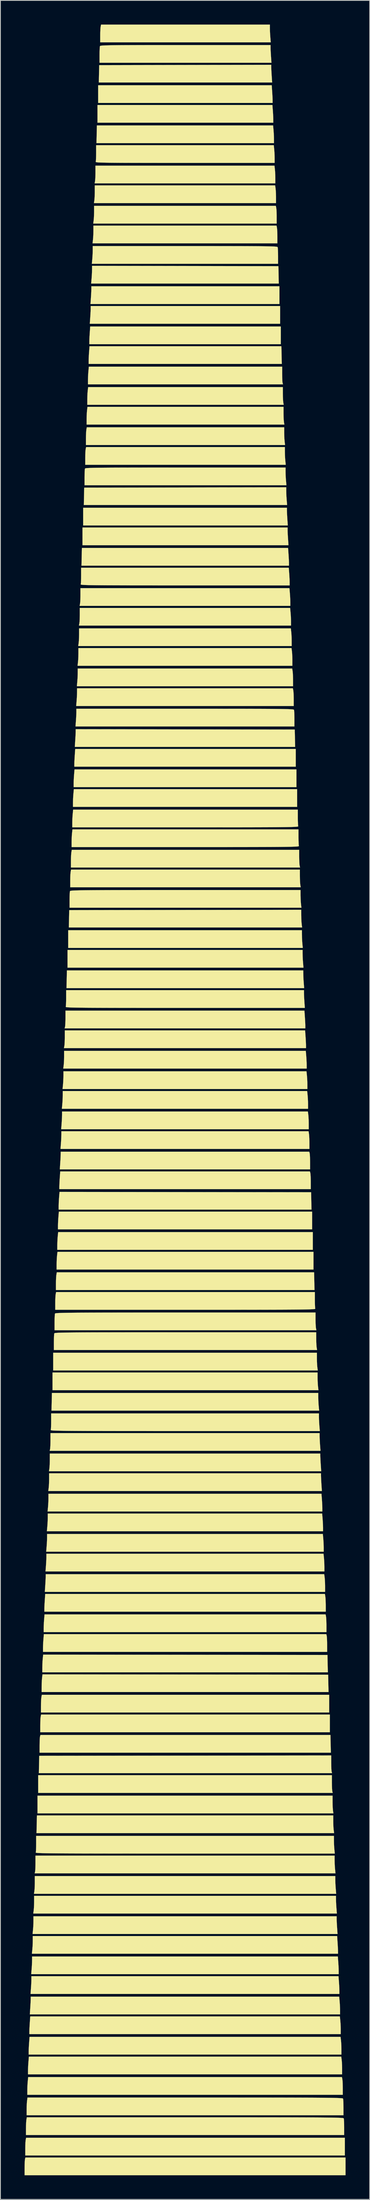
<source format=kicad_pcb>
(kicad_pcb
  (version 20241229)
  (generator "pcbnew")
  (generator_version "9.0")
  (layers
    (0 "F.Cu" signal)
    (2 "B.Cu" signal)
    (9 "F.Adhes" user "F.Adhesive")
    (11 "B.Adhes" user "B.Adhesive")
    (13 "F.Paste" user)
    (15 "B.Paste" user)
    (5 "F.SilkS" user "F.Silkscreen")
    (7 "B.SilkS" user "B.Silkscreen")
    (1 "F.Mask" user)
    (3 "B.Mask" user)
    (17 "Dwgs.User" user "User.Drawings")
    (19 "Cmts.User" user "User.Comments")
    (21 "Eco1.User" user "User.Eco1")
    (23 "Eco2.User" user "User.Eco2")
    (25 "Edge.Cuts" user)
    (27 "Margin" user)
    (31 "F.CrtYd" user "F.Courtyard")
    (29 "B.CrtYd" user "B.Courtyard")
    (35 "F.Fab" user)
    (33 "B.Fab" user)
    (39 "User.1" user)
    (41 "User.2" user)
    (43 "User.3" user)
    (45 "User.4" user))
  (footprint "electrode"
    (layer "F.Cu")
    (at 19.986 133.609)
    (property "Reference" "electrode" (at 0 0 0) (layer "F.SilkS") (effects (font (size 1.524 1.524) (thickness 0.3))))
    (attr through_hole)
    (fp_poly (pts (xy 13.801 -38.862) (xy -13.885 -38.862) (xy -13.885 -39.315) (xy -13.878 -39.637) (xy -13.858 -40.038) (xy -13.831 -40.416) (xy -13.776 -41.063) (xy 13.801 -41.063) (xy 13.801 -38.862)) (stroke (width 0.01) (type solid)) (fill yes) (layer "F.SilkS"))
    (fp_poly (pts (xy 13.885 -36.407) (xy -13.97 -36.407) (xy -13.969 -36.936) (xy -13.96 -37.324) (xy -13.937 -37.762) (xy -13.915 -38.036) (xy -13.861 -38.608) (xy 13.885 -38.608) (xy 13.885 -36.407)) (stroke (width 0.01) (type solid)) (fill yes) (layer "F.SilkS"))
    (fp_poly (pts (xy 14.479 -20.553) (xy 14.488 -20.165) (xy 14.511 -19.726) (xy 14.533 -19.452) (xy 14.587 -18.881) (xy -14.563 -18.881) (xy -14.563 -21.082) (xy 14.478 -21.082) (xy 14.479 -20.553)) (stroke (width 0.01) (type solid)) (fill yes) (layer "F.SilkS"))
    (fp_poly (pts (xy 14.563 -18.174) (xy 14.57 -17.852) (xy 14.59 -17.451) (xy 14.617 -17.073) (xy 14.672 -16.425) (xy -14.647 -16.425) (xy -14.647 -18.627) (xy 14.563 -18.627) (xy 14.563 -18.174)) (stroke (width 0.01) (type solid)) (fill yes) (layer "F.SilkS"))
    (fp_poly (pts (xy 15.748 16.087) (xy -15.833 16.087) (xy -15.833 15.634) (xy -15.825 15.312) (xy -15.805 14.911) (xy -15.778 14.533) (xy -15.723 13.885) (xy 15.748 13.885) (xy 15.748 16.087)) (stroke (width 0.01) (type solid)) (fill yes) (layer "F.SilkS"))
    (fp_poly (pts (xy 15.833 18.627) (xy -15.917 18.627) (xy -15.917 18.046) (xy -15.908 17.642) (xy -15.885 17.211) (xy -15.863 16.946) (xy -15.809 16.425) (xy 15.833 16.425) (xy 15.833 18.627)) (stroke (width 0.01) (type solid)) (fill yes) (layer "F.SilkS"))
    (fp_poly (pts (xy 15.917 21.082) (xy -16.002 21.082) (xy -16.001 20.426) (xy -15.993 20.032) (xy -15.974 19.634) (xy -15.947 19.325) (xy -15.894 18.881) (xy 15.917 18.881) (xy 15.917 21.082)) (stroke (width 0.01) (type solid)) (fill yes) (layer "F.SilkS"))
    (fp_poly (pts (xy 16.426 34.523) (xy 16.434 34.917) (xy 16.453 35.314) (xy 16.48 35.623) (xy 16.534 36.068) (xy -16.51 36.068) (xy -16.51 33.867) (xy 16.425 33.867) (xy 16.426 34.523)) (stroke (width 0.01) (type solid)) (fill yes) (layer "F.SilkS"))
    (fp_poly (pts (xy -0.009 71.395) (xy 17.738 71.416) (xy 17.785 73.575) (xy -17.865 73.575) (xy -17.864 72.919) (xy -17.856 72.525) (xy -17.836 72.128) (xy -17.81 71.818) (xy -17.756 71.374) (xy -0.009 71.395)) (stroke (width 0.01) (type solid)) (fill yes) (layer "F.SilkS"))
    (fp_poly (pts (xy 10.782 -125.294) (xy 10.807 -124.904) (xy 10.827 -124.539) (xy 10.837 -124.259) (xy 10.837 -124.193) (xy 10.837 -123.867) (xy -10.837 -123.867) (xy -10.837 -126.069) (xy 10.727 -126.069) (xy 10.782 -125.294)) (stroke (width 0.01) (type solid)) (fill yes) (layer "F.SilkS"))
    (fp_poly (pts (xy 10.867 -122.915) (xy 10.893 -122.524) (xy 10.913 -122.141) (xy 10.921 -121.841) (xy 10.921 -121.814) (xy 10.922 -121.412) (xy -10.922 -121.412) (xy -10.922 -123.613) (xy 10.812 -123.613) (xy 10.867 -122.915)) (stroke (width 0.01) (type solid)) (fill yes) (layer "F.SilkS"))
    (fp_poly (pts (xy 11.684 -98.891) (xy -11.794 -98.891) (xy -11.739 -99.666) (xy -11.714 -100.055) (xy -11.695 -100.421) (xy -11.685 -100.7) (xy -11.684 -100.766) (xy -11.684 -101.092) (xy 11.684 -101.092) (xy 11.684 -98.891)) (stroke (width 0.01) (type solid)) (fill yes) (layer "F.SilkS"))
    (fp_poly (pts (xy 11.769 -96.435) (xy -11.879 -96.435) (xy -11.824 -97.21) (xy -11.799 -97.6) (xy -11.779 -97.965) (xy -11.769 -98.245) (xy -11.769 -98.311) (xy -11.769 -98.637) (xy 11.769 -98.637) (xy 11.769 -96.435)) (stroke (width 0.01) (type solid)) (fill yes) (layer "F.SilkS"))
    (fp_poly (pts (xy 11.853 -93.895) (xy -11.938 -93.895) (xy -11.938 -94.221) (xy -11.932 -94.455) (xy -11.916 -94.797) (xy -11.892 -95.185) (xy -11.883 -95.322) (xy -11.828 -96.097) (xy 11.853 -96.097) (xy 11.853 -93.895)) (stroke (width 0.01) (type solid)) (fill yes) (layer "F.SilkS"))
    (fp_poly (pts (xy 12.531 -75.663) (xy 12.538 -75.341) (xy 12.558 -74.939) (xy 12.585 -74.562) (xy 12.64 -73.914) (xy -12.62 -73.914) (xy -12.573 -76.073) (xy -0.021 -76.094) (xy 12.531 -76.116) (xy 12.531 -75.663)) (stroke (width 0.01) (type solid)) (fill yes) (layer "F.SilkS"))
    (fp_poly (pts (xy 12.615 -73.25) (xy 12.621 -73.015) (xy 12.638 -72.673) (xy 12.661 -72.285) (xy 12.67 -72.149) (xy 12.725 -71.374) (xy -12.7 -71.374) (xy -12.7 -73.575) (xy 12.615 -73.575) (xy 12.615 -73.25)) (stroke (width 0.01) (type solid)) (fill yes) (layer "F.SilkS"))
    (fp_poly (pts (xy 12.7 -70.794) (xy 12.706 -70.56) (xy 12.722 -70.218) (xy 12.746 -69.83) (xy 12.755 -69.694) (xy 12.81 -68.919) (xy -12.785 -68.919) (xy -12.785 -71.12) (xy 12.7 -71.12) (xy 12.7 -70.794)) (stroke (width 0.01) (type solid)) (fill yes) (layer "F.SilkS"))
    (fp_poly (pts (xy 13.716 -41.402) (xy -13.801 -41.402) (xy -13.801 -41.728) (xy -13.795 -41.962) (xy -13.778 -42.304) (xy -13.755 -42.692) (xy -13.746 -42.828) (xy -13.691 -43.603) (xy 13.716 -43.603) (xy 13.716 -41.402)) (stroke (width 0.01) (type solid)) (fill yes) (layer "F.SilkS"))
    (fp_poly (pts (xy 14.394 -22.966) (xy 14.402 -22.572) (xy 14.421 -22.175) (xy 14.448 -21.865) (xy 14.502 -21.421) (xy -14.483 -21.421) (xy -14.459 -22.5) (xy -14.436 -23.58) (xy 14.393 -23.622) (xy 14.394 -22.966)) (stroke (width 0.01) (type solid)) (fill yes) (layer "F.SilkS"))
    (fp_poly (pts (xy 16.341 32.119) (xy 16.347 32.51) (xy 16.365 32.891) (xy 16.39 33.188) (xy 16.395 33.22) (xy 16.448 33.613) (xy -16.425 33.613) (xy -16.425 31.411) (xy 16.341 31.411) (xy 16.341 32.119)) (stroke (width 0.01) (type solid)) (fill yes) (layer "F.SilkS"))
    (fp_poly (pts (xy 17.865 76.115) (xy -17.949 76.115) (xy -17.948 75.332) (xy -17.942 74.942) (xy -17.927 74.578) (xy -17.904 74.3) (xy -17.895 74.231) (xy -17.843 73.914) (xy 17.865 73.914) (xy 17.865 76.115)) (stroke (width 0.01) (type solid)) (fill yes) (layer "F.SilkS"))
    (fp_poly (pts (xy 17.949 78.571) (xy -18.034 78.571) (xy -18.034 77.735) (xy -18.029 77.343) (xy -18.014 76.987) (xy -17.994 76.72) (xy -17.981 76.634) (xy -17.928 76.369) (xy 17.949 76.369) (xy 17.949 78.571)) (stroke (width 0.01) (type solid)) (fill yes) (layer "F.SilkS"))
    (fp_poly (pts (xy 18.076 81.111) (xy -18.119 81.111) (xy -18.118 80.201) (xy -18.112 79.805) (xy -18.1 79.458) (xy -18.081 79.202) (xy -18.065 79.1) (xy -18.014 78.909) (xy 18.025 78.909) (xy 18.076 81.111)) (stroke (width 0.01) (type solid)) (fill yes) (layer "F.SilkS"))
    (fp_poly (pts (xy 18.204 84.815) (xy 18.21 85.21) (xy 18.222 85.558) (xy 18.241 85.814) (xy 18.257 85.915) (xy 18.308 86.106) (xy -18.288 86.106) (xy -18.288 83.905) (xy 18.203 83.905) (xy 18.204 84.815)) (stroke (width 0.01) (type solid)) (fill yes) (layer "F.SilkS"))
    (fp_poly (pts (xy 18.289 87.228) (xy 18.295 87.618) (xy 18.311 87.982) (xy 18.333 88.26) (xy 18.342 88.329) (xy 18.395 88.646) (xy -18.373 88.646) (xy -18.373 86.445) (xy 18.288 86.445) (xy 18.289 87.228)) (stroke (width 0.01) (type solid)) (fill yes) (layer "F.SilkS"))
    (fp_poly (pts (xy 19.812 131.149) (xy -19.897 131.149) (xy -19.897 130.313) (xy -19.891 129.921) (xy -19.877 129.565) (xy -19.856 129.298) (xy -19.844 129.212) (xy -19.791 128.947) (xy 19.812 128.947) (xy 19.812 131.149)) (stroke (width 0.01) (type solid)) (fill yes) (layer "F.SilkS"))
    (fp_poly (pts (xy 19.897 133.604) (xy -19.981 133.604) (xy -19.98 132.694) (xy -19.975 132.299) (xy -19.962 131.951) (xy -19.944 131.695) (xy -19.928 131.593) (xy -19.877 131.403) (xy 19.897 131.403) (xy 19.897 133.604)) (stroke (width 0.01) (type solid)) (fill yes) (layer "F.SilkS"))
    (fp_poly (pts (xy -0.021 -103.611) (xy 11.557 -103.59) (xy 11.581 -102.51) (xy 11.604 -101.431) (xy -11.709 -101.431) (xy -11.654 -102.078) (xy -11.626 -102.472) (xy -11.606 -102.872) (xy -11.599 -103.179) (xy -11.599 -103.633) (xy -0.021 -103.611)) (stroke (width 0.01) (type solid)) (fill yes) (layer "F.SilkS"))
    (fp_poly (pts (xy -0.009 68.94) (xy 17.653 68.961) (xy 17.677 70.04) (xy 17.7 71.12) (xy -17.78 71.12) (xy -17.78 70.54) (xy -17.771 70.136) (xy -17.748 69.704) (xy -17.726 69.439) (xy -17.671 68.918) (xy -0.009 68.94)) (stroke (width 0.01) (type solid)) (fill yes) (layer "F.SilkS"))
    (fp_poly (pts (xy -0.009 11.451) (xy 15.621 11.472) (xy 15.645 12.552) (xy 15.668 13.631) (xy -15.748 13.631) (xy -15.748 13.178) (xy -15.74 12.857) (xy -15.72 12.455) (xy -15.693 12.078) (xy -15.638 11.43) (xy -0.009 11.451)) (stroke (width 0.01) (type solid)) (fill yes) (layer "F.SilkS"))
    (fp_poly (pts (xy 10.951 -120.502) (xy 10.981 -120.098) (xy 11.001 -119.662) (xy 11.006 -119.401) (xy 11.007 -118.872) (xy -0.021 -118.872) (xy -11.049 -118.872) (xy -11.023 -119.973) (xy -10.997 -121.073) (xy 10.898 -121.073) (xy 10.951 -120.502)) (stroke (width 0.01) (type solid)) (fill yes) (layer "F.SilkS"))
    (fp_poly (pts (xy 11.954 -92.541) (xy 11.98 -91.44) (xy -12.023 -91.44) (xy -12.022 -91.842) (xy -12.015 -92.126) (xy -11.997 -92.503) (xy -11.971 -92.897) (xy -11.967 -92.943) (xy -11.913 -93.641) (xy 11.929 -93.641) (xy 11.954 -92.541)) (stroke (width 0.01) (type solid)) (fill yes) (layer "F.SilkS"))
    (fp_poly (pts (xy 16.018 22.521) (xy 16.044 23.622) (xy -16.087 23.622) (xy -16.086 22.839) (xy -16.08 22.449) (xy -16.064 22.084) (xy -16.042 21.807) (xy -16.032 21.738) (xy -15.98 21.421) (xy 15.993 21.421) (xy 16.018 22.521)) (stroke (width 0.01) (type solid)) (fill yes) (layer "F.SilkS"))
    (fp_poly (pts (xy 16.511 36.936) (xy 16.52 37.324) (xy 16.543 37.762) (xy 16.565 38.036) (xy 16.619 38.608) (xy -0.009 38.608) (xy -16.637 38.608) (xy -16.611 37.507) (xy -16.585 36.407) (xy 16.51 36.407) (xy 16.511 36.936)) (stroke (width 0.01) (type solid)) (fill yes) (layer "F.SilkS"))
    (fp_poly (pts (xy 18.12 82.359) (xy 18.125 82.754) (xy 18.138 83.102) (xy 18.156 83.358) (xy 18.172 83.46) (xy 18.223 83.651) (xy -18.208 83.651) (xy -18.161 81.492) (xy -0.021 81.47) (xy 18.119 81.449) (xy 18.12 82.359)) (stroke (width 0.01) (type solid)) (fill yes) (layer "F.SilkS"))
    (fp_poly (pts (xy -0.021 -46.038) (xy 13.589 -46.016) (xy 13.613 -44.937) (xy 13.636 -43.857) (xy -13.742 -43.857) (xy -13.687 -44.683) (xy -13.663 -45.074) (xy -13.644 -45.431) (xy -13.633 -45.7) (xy -13.632 -45.784) (xy -13.631 -46.059) (xy -0.021 -46.038)) (stroke (width 0.01) (type solid)) (fill yes) (layer "F.SilkS"))
    (fp_poly (pts (xy 10.668 -128.334) (xy 10.674 -128.128) (xy 10.689 -127.808) (xy 10.711 -127.427) (xy 10.724 -127.233) (xy 10.778 -126.407) (xy -10.758 -126.407) (xy -10.734 -127.487) (xy -10.71 -128.566) (xy -0.021 -128.588) (xy 10.668 -128.609) (xy 10.668 -128.334)) (stroke (width 0.01) (type solid)) (fill yes) (layer "F.SilkS"))
    (fp_poly (pts (xy 12.814 -67.805) (xy 12.839 -67.415) (xy 12.859 -67.05) (xy 12.869 -66.771) (xy 12.869 -66.704) (xy 12.869 -66.379) (xy -0.021 -66.379) (xy -12.912 -66.378) (xy -12.886 -67.479) (xy -12.86 -68.58) (xy 12.759 -68.58) (xy 12.814 -67.805)) (stroke (width 0.01) (type solid)) (fill yes) (layer "F.SilkS"))
    (fp_poly (pts (xy 14.648 -15.684) (xy 14.655 -15.4) (xy 14.673 -15.023) (xy 14.699 -14.63) (xy 14.703 -14.584) (xy 14.757 -13.885) (xy -0.009 -13.885) (xy -14.774 -13.885) (xy -14.748 -14.986) (xy -14.723 -16.087) (xy 14.647 -16.087) (xy 14.648 -15.684)) (stroke (width 0.01) (type solid)) (fill yes) (layer "F.SilkS"))
    (fp_poly (pts (xy 18.373 89.608) (xy 18.379 89.999) (xy 18.397 90.38) (xy 18.422 90.677) (xy 18.427 90.709) (xy 18.48 91.101) (xy -0.01 91.101) (xy -18.5 91.102) (xy -18.474 90.001) (xy -18.448 88.9) (xy 18.373 88.9) (xy 18.373 89.608)) (stroke (width 0.01) (type solid)) (fill yes) (layer "F.SilkS"))
    (fp_poly (pts (xy 15.101 -3.036) (xy 15.131 -2.655) (xy 15.151 -2.219) (xy 15.155 -1.935) (xy 15.155 -1.355) (xy -15.264 -1.355) (xy -15.21 -1.875) (xy -15.18 -2.256) (xy -15.16 -2.692) (xy -15.155 -2.976) (xy -15.155 -3.556) (xy 15.047 -3.556) (xy 15.101 -3.036)) (stroke (width 0.01) (type solid)) (fill yes) (layer "F.SilkS"))
    (fp_poly (pts (xy 15.186 -0.58) (xy 15.215 -0.199) (xy 15.235 0.236) (xy 15.24 0.52) (xy 15.24 1.101) (xy -15.349 1.101) (xy -15.295 0.529) (xy -15.265 0.125) (xy -15.245 -0.311) (xy -15.241 -0.572) (xy -15.24 -1.101) (xy 15.131 -1.101) (xy 15.186 -0.58)) (stroke (width 0.01) (type solid)) (fill yes) (layer "F.SilkS"))
    (fp_poly (pts (xy 17.048 52.04) (xy 17.076 52.434) (xy 17.096 52.834) (xy 17.103 53.141) (xy 17.103 53.594) (xy -17.212 53.594) (xy -17.158 53.023) (xy -17.128 52.618) (xy -17.108 52.183) (xy -17.103 51.922) (xy -17.103 51.393) (xy 16.993 51.393) (xy 17.048 52.04)) (stroke (width 0.01) (type solid)) (fill yes) (layer "F.SilkS"))
    (fp_poly (pts (xy 17.132 54.504) (xy 17.162 54.908) (xy 17.182 55.344) (xy 17.187 55.605) (xy 17.187 56.134) (xy -17.297 56.134) (xy -17.242 55.486) (xy -17.214 55.093) (xy -17.194 54.693) (xy -17.187 54.386) (xy -17.187 53.933) (xy 17.078 53.933) (xy 17.132 54.504)) (stroke (width 0.01) (type solid)) (fill yes) (layer "F.SilkS"))
    (fp_poly (pts (xy 10.499 -133.151) (xy 10.506 -132.829) (xy 10.526 -132.428) (xy 10.553 -132.05) (xy 10.608 -131.403) (xy -10.583 -131.403) (xy -10.583 -132.239) (xy -10.578 -132.63) (xy -10.564 -132.986) (xy -10.543 -133.253) (xy -10.53 -133.339) (xy -10.477 -133.604) (xy 10.499 -133.604) (xy 10.499 -133.151)) (stroke (width 0.01) (type solid)) (fill yes) (layer "F.SilkS"))
    (fp_poly (pts (xy 11.121 -115.633) (xy 11.148 -115.317) (xy 11.168 -114.919) (xy 11.175 -114.533) (xy 11.176 -113.877) (xy -11.282 -113.877) (xy -11.229 -114.141) (xy -11.206 -114.341) (xy -11.188 -114.657) (xy -11.178 -115.037) (xy -11.176 -115.242) (xy -11.176 -116.078) (xy 11.068 -116.078) (xy 11.121 -115.633)) (stroke (width 0.01) (type solid)) (fill yes) (layer "F.SilkS"))
    (fp_poly (pts (xy 11.377 -108.363) (xy 11.4 -108.163) (xy 11.418 -107.847) (xy 11.428 -107.467) (xy 11.43 -107.262) (xy 11.43 -106.426) (xy -11.538 -106.426) (xy -11.485 -106.871) (xy -11.458 -107.187) (xy -11.438 -107.585) (xy -11.431 -107.971) (xy -11.43 -108.627) (xy 11.324 -108.627) (xy 11.377 -108.363)) (stroke (width 0.01) (type solid)) (fill yes) (layer "F.SilkS"))
    (fp_poly (pts (xy 12.024 -90.191) (xy 12.029 -89.796) (xy 12.042 -89.448) (xy 12.06 -89.192) (xy 12.076 -89.091) (xy 12.127 -88.9) (xy -12.107 -88.9) (xy -12.107 -89.429) (xy -12.097 -89.817) (xy -12.074 -90.256) (xy -12.052 -90.53) (xy -11.998 -91.101) (xy 12.023 -91.101) (xy 12.024 -90.191)) (stroke (width 0.01) (type solid)) (fill yes) (layer "F.SilkS"))
    (fp_poly (pts (xy 12.108 -87.778) (xy 12.114 -87.388) (xy 12.13 -87.024) (xy 12.152 -86.746) (xy 12.162 -86.677) (xy 12.214 -86.36) (xy -12.192 -86.36) (xy -12.191 -87.016) (xy -12.183 -87.41) (xy -12.164 -87.808) (xy -12.137 -88.117) (xy -12.084 -88.561) (xy 12.107 -88.561) (xy 12.108 -87.778)) (stroke (width 0.01) (type solid)) (fill yes) (layer "F.SilkS"))
    (fp_poly (pts (xy 12.193 -85.323) (xy 12.199 -84.933) (xy 12.215 -84.568) (xy 12.237 -84.291) (xy 12.246 -84.222) (xy 12.299 -83.905) (xy -12.277 -83.905) (xy -12.276 -84.561) (xy -12.268 -84.955) (xy -12.248 -85.352) (xy -12.222 -85.662) (xy -12.168 -86.106) (xy 12.192 -86.106) (xy 12.193 -85.323)) (stroke (width 0.01) (type solid)) (fill yes) (layer "F.SilkS"))
    (fp_poly (pts (xy 12.277 -82.91) (xy 12.285 -82.516) (xy 12.305 -82.118) (xy 12.332 -81.809) (xy 12.385 -81.365) (xy -12.361 -81.365) (xy -12.36 -82.148) (xy -12.354 -82.538) (xy -12.339 -82.902) (xy -12.316 -83.18) (xy -12.307 -83.249) (xy -12.255 -83.566) (xy 12.277 -83.566) (xy 12.277 -82.91)) (stroke (width 0.01) (type solid)) (fill yes) (layer "F.SilkS"))
    (fp_poly (pts (xy 12.361 -80.53) (xy 12.37 -80.126) (xy 12.393 -79.695) (xy 12.416 -79.43) (xy 12.47 -78.909) (xy -12.446 -78.909) (xy -12.446 -79.745) (xy -12.441 -80.137) (xy -12.426 -80.493) (xy -12.406 -80.76) (xy -12.393 -80.846) (xy -12.34 -81.111) (xy 12.361 -81.111) (xy 12.361 -80.53)) (stroke (width 0.01) (type solid)) (fill yes) (layer "F.SilkS"))
    (fp_poly (pts (xy 12.984 -62.937) (xy 13.012 -62.543) (xy 13.032 -62.143) (xy 13.039 -61.836) (xy 13.039 -61.383) (xy -13.145 -61.383) (xy -13.092 -61.648) (xy -13.068 -61.848) (xy -13.051 -62.164) (xy -13.04 -62.543) (xy -13.039 -62.749) (xy -13.039 -63.585) (xy 12.929 -63.585) (xy 12.984 -62.937)) (stroke (width 0.01) (type solid)) (fill yes) (layer "F.SilkS"))
    (fp_poly (pts (xy 13.068 -60.558) (xy 13.098 -60.154) (xy 13.118 -59.718) (xy 13.123 -59.457) (xy 13.123 -58.928) (xy -13.229 -58.928) (xy -13.176 -59.193) (xy -13.153 -59.392) (xy -13.135 -59.709) (xy -13.125 -60.088) (xy -13.123 -60.293) (xy -13.123 -61.129) (xy 13.014 -61.129) (xy 13.068 -60.558)) (stroke (width 0.01) (type solid)) (fill yes) (layer "F.SilkS"))
    (fp_poly (pts (xy 13.153 -58.145) (xy 13.18 -57.829) (xy 13.2 -57.431) (xy 13.207 -57.044) (xy 13.208 -56.388) (xy -13.316 -56.388) (xy -13.262 -56.781) (xy -13.236 -57.059) (xy -13.217 -57.432) (xy -13.208 -57.827) (xy -13.208 -57.881) (xy -13.208 -58.589) (xy 13.1 -58.589) (xy 13.153 -58.145)) (stroke (width 0.01) (type solid)) (fill yes) (layer "F.SilkS"))
    (fp_poly (pts (xy 13.239 -55.741) (xy 13.265 -55.463) (xy 13.284 -55.09) (xy 13.293 -54.695) (xy 13.293 -54.641) (xy 13.293 -53.933) (xy -13.401 -53.933) (xy -13.348 -54.377) (xy -13.32 -54.693) (xy -13.301 -55.091) (xy -13.293 -55.478) (xy -13.293 -56.134) (xy 13.185 -56.134) (xy 13.239 -55.741)) (stroke (width 0.01) (type solid)) (fill yes) (layer "F.SilkS"))
    (fp_poly (pts (xy 13.323 -53.276) (xy 13.347 -53.046) (xy 13.365 -52.708) (xy 13.375 -52.32) (xy 13.376 -52.176) (xy 13.377 -51.393) (xy -13.486 -51.393) (xy -13.433 -51.964) (xy -13.403 -52.368) (xy -13.383 -52.804) (xy -13.378 -53.065) (xy -13.377 -53.594) (xy 13.271 -53.594) (xy 13.323 -53.276)) (stroke (width 0.01) (type solid)) (fill yes) (layer "F.SilkS"))
    (fp_poly (pts (xy 13.409 -50.874) (xy 13.432 -50.674) (xy 13.45 -50.358) (xy 13.46 -49.979) (xy 13.462 -49.773) (xy 13.462 -48.937) (xy -13.572 -48.937) (xy -13.517 -49.585) (xy -13.489 -49.979) (xy -13.469 -50.379) (xy -13.462 -50.686) (xy -13.462 -51.139) (xy 13.356 -51.139) (xy 13.409 -50.874)) (stroke (width 0.01) (type solid)) (fill yes) (layer "F.SilkS"))
    (fp_poly (pts (xy 15.016 -5.448) (xy 15.044 -5.055) (xy 15.064 -4.655) (xy 15.071 -4.348) (xy 15.071 -3.895) (xy -15.178 -3.895) (xy -15.125 -4.287) (xy -15.099 -4.566) (xy -15.079 -4.939) (xy -15.071 -5.333) (xy -15.071 -5.388) (xy -15.071 -6.096) (xy 14.961 -6.096) (xy 15.016 -5.448)) (stroke (width 0.01) (type solid)) (fill yes) (layer "F.SilkS"))
    (fp_poly (pts (xy 16.963 49.636) (xy 16.989 50.026) (xy 17.009 50.41) (xy 17.017 50.709) (xy 17.017 50.736) (xy 17.018 51.139) (xy -17.127 51.139) (xy -17.072 50.618) (xy -17.043 50.237) (xy -17.023 49.802) (xy -17.018 49.518) (xy -17.018 48.937) (xy 16.908 48.937) (xy 16.963 49.636)) (stroke (width 0.01) (type solid)) (fill yes) (layer "F.SilkS"))
    (fp_poly (pts (xy 17.218 56.908) (xy 17.247 57.289) (xy 17.267 57.725) (xy 17.272 58.009) (xy 17.272 58.589) (xy -17.382 58.589) (xy -17.327 57.891) (xy -17.301 57.5) (xy -17.281 57.117) (xy -17.273 56.817) (xy -17.273 56.79) (xy -17.272 56.388) (xy 17.163 56.388) (xy 17.218 56.908)) (stroke (width 0.01) (type solid)) (fill yes) (layer "F.SilkS"))
    (fp_poly (pts (xy 17.473 64.188) (xy 17.496 64.388) (xy 17.514 64.704) (xy 17.524 65.083) (xy 17.526 65.289) (xy 17.526 66.125) (xy -17.611 66.125) (xy -17.611 65.672) (xy -17.603 65.35) (xy -17.583 64.949) (xy -17.556 64.571) (xy -17.501 63.923) (xy 17.42 63.923) (xy 17.473 64.188)) (stroke (width 0.01) (type solid)) (fill yes) (layer "F.SilkS"))
    (fp_poly (pts (xy 17.557 66.569) (xy 17.579 66.731) (xy 17.596 67.017) (xy 17.607 67.383) (xy 17.61 67.67) (xy 17.611 68.58) (xy -17.695 68.58) (xy -17.695 68.127) (xy -17.688 67.805) (xy -17.668 67.404) (xy -17.641 67.026) (xy -17.586 66.379) (xy 17.506 66.379) (xy 17.557 66.569)) (stroke (width 0.01) (type solid)) (fill yes) (layer "F.SilkS"))
    (fp_poly (pts (xy 18.542 94.476) (xy 18.551 94.88) (xy 18.574 95.311) (xy 18.596 95.576) (xy 18.651 96.097) (xy -18.731 96.097) (xy -18.68 95.906) (xy -18.659 95.744) (xy -18.642 95.458) (xy -18.631 95.093) (xy -18.628 94.805) (xy -18.627 93.895) (xy 18.542 93.895) (xy 18.542 94.476)) (stroke (width 0.01) (type solid)) (fill yes) (layer "F.SilkS"))
    (fp_poly (pts (xy 18.627 96.888) (xy 18.634 97.21) (xy 18.654 97.611) (xy 18.681 97.989) (xy 18.736 98.637) (xy -18.818 98.637) (xy -18.766 98.319) (xy -18.742 98.089) (xy -18.723 97.75) (xy -18.713 97.363) (xy -18.712 97.219) (xy -18.711 96.435) (xy 18.627 96.435) (xy 18.627 96.888)) (stroke (width 0.01) (type solid)) (fill yes) (layer "F.SilkS"))
    (fp_poly (pts (xy 18.796 101.756) (xy 18.802 101.991) (xy 18.818 102.333) (xy 18.842 102.721) (xy 18.851 102.857) (xy 18.906 103.632) (xy -18.989 103.632) (xy -18.935 103.112) (xy -18.905 102.731) (xy -18.885 102.295) (xy -18.881 102.011) (xy -18.881 101.431) (xy 18.796 101.431) (xy 18.796 101.756)) (stroke (width 0.01) (type solid)) (fill yes) (layer "F.SilkS"))
    (fp_poly (pts (xy 18.91 104.712) (xy 18.934 105.102) (xy 18.953 105.459) (xy 18.963 105.728) (xy 18.965 105.812) (xy 18.965 106.087) (xy -19.074 106.087) (xy -19.02 105.567) (xy -18.99 105.186) (xy -18.97 104.75) (xy -18.965 104.466) (xy -18.965 103.886) (xy 18.855 103.886) (xy 18.91 104.712)) (stroke (width 0.01) (type solid)) (fill yes) (layer "F.SilkS"))
    (fp_poly (pts (xy 18.995 107.124) (xy 19.021 107.515) (xy 19.041 107.898) (xy 19.049 108.198) (xy 19.049 108.225) (xy 19.05 108.627) (xy -19.16 108.627) (xy -19.105 107.98) (xy -19.077 107.586) (xy -19.057 107.186) (xy -19.05 106.879) (xy -19.05 106.426) (xy 18.94 106.426) (xy 18.995 107.124)) (stroke (width 0.01) (type solid)) (fill yes) (layer "F.SilkS"))
    (fp_poly (pts (xy 19.164 111.993) (xy 19.194 112.397) (xy 19.214 112.833) (xy 19.219 113.094) (xy 19.219 113.623) (xy -19.33 113.623) (xy -19.275 112.797) (xy -19.251 112.406) (xy -19.232 112.049) (xy -19.221 111.78) (xy -19.22 111.697) (xy -19.219 111.421) (xy 19.11 111.421) (xy 19.164 111.993)) (stroke (width 0.01) (type solid)) (fill yes) (layer "F.SilkS"))
    (fp_poly (pts (xy 19.25 114.397) (xy 19.279 114.778) (xy 19.299 115.214) (xy 19.304 115.498) (xy 19.304 116.078) (xy -19.389 116.078) (xy -19.389 115.752) (xy -19.383 115.518) (xy -19.366 115.176) (xy -19.343 114.788) (xy -19.334 114.652) (xy -19.279 113.877) (xy 19.195 113.877) (xy 19.25 114.397)) (stroke (width 0.01) (type solid)) (fill yes) (layer "F.SilkS"))
    (fp_poly (pts (xy 19.334 116.861) (xy 19.361 117.177) (xy 19.38 117.575) (xy 19.388 117.962) (xy 19.389 118.618) (xy -19.473 118.618) (xy -19.473 118.216) (xy -19.466 117.932) (xy -19.447 117.555) (xy -19.421 117.161) (xy -19.418 117.115) (xy -19.364 116.417) (xy 19.28 116.417) (xy 19.334 116.861)) (stroke (width 0.01) (type solid)) (fill yes) (layer "F.SilkS"))
    (fp_poly (pts (xy 19.419 119.265) (xy 19.445 119.543) (xy 19.465 119.916) (xy 19.473 120.311) (xy 19.473 120.365) (xy 19.473 121.073) (xy -19.558 121.073) (xy -19.558 120.62) (xy -19.55 120.299) (xy -19.53 119.897) (xy -19.503 119.52) (xy -19.448 118.872) (xy 19.366 118.872) (xy 19.419 119.265)) (stroke (width 0.01) (type solid)) (fill yes) (layer "F.SilkS"))
    (fp_poly (pts (xy 19.505 121.677) (xy 19.528 121.876) (xy 19.546 122.193) (xy 19.556 122.572) (xy 19.558 122.777) (xy 19.558 123.613) (xy -19.643 123.613) (xy -19.643 123.033) (xy -19.634 122.629) (xy -19.611 122.197) (xy -19.588 121.932) (xy -19.534 121.412) (xy 19.452 121.412) (xy 19.505 121.677)) (stroke (width 0.01) (type solid)) (fill yes) (layer "F.SilkS"))
    (fp_poly (pts (xy 11.207 -113.23) (xy 11.233 -112.952) (xy 11.252 -112.578) (xy 11.261 -112.184) (xy 11.261 -112.129) (xy 11.261 -111.421) (xy -11.367 -111.421) (xy -11.315 -111.739) (xy -11.291 -111.969) (xy -11.273 -112.308) (xy -11.263 -112.695) (xy -11.262 -112.84) (xy -11.261 -113.623) (xy 11.153 -113.623) (xy 11.207 -113.23)) (stroke (width 0.01) (type solid)) (fill yes) (layer "F.SilkS"))
    (fp_poly (pts (xy 11.292 -110.818) (xy 11.316 -110.618) (xy 11.333 -110.302) (xy 11.344 -109.923) (xy 11.345 -109.717) (xy 11.345 -108.881) (xy -11.453 -108.881) (xy -11.399 -109.274) (xy -11.373 -109.552) (xy -11.354 -109.926) (xy -11.345 -110.32) (xy -11.345 -110.375) (xy -11.345 -111.083) (xy 11.239 -111.083) (xy 11.292 -110.818)) (stroke (width 0.01) (type solid)) (fill yes) (layer "F.SilkS"))
    (fp_poly (pts (xy 14.139 -30.237) (xy 14.145 -29.845) (xy 14.159 -29.489) (xy 14.18 -29.222) (xy 14.192 -29.136) (xy 14.245 -28.871) (xy -14.224 -28.871) (xy -14.223 -29.654) (xy -14.217 -30.045) (xy -14.201 -30.409) (xy -14.179 -30.686) (xy -14.17 -30.755) (xy -14.117 -31.073) (xy 14.139 -31.073) (xy 14.139 -30.237)) (stroke (width 0.01) (type solid)) (fill yes) (layer "F.SilkS"))
    (fp_poly (pts (xy 14.225 -27.834) (xy 14.231 -27.444) (xy 14.247 -27.08) (xy 14.269 -26.802) (xy 14.278 -26.733) (xy 14.331 -26.416) (xy -14.309 -26.416) (xy -14.309 -27.252) (xy -14.303 -27.644) (xy -14.289 -27.999) (xy -14.268 -28.266) (xy -14.256 -28.353) (xy -14.203 -28.617) (xy 14.224 -28.617) (xy 14.225 -27.834)) (stroke (width 0.01) (type solid)) (fill yes) (layer "F.SilkS"))
    (fp_poly (pts (xy 14.846 -10.316) (xy 14.871 -9.927) (xy 14.891 -9.561) (xy 14.901 -9.282) (xy 14.901 -9.216) (xy 14.901 -8.89) (xy -15.006 -8.89) (xy -14.955 -9.081) (xy -14.933 -9.242) (xy -14.916 -9.528) (xy -14.905 -9.894) (xy -14.902 -10.181) (xy -14.901 -11.091) (xy 14.791 -11.091) (xy 14.846 -10.316)) (stroke (width 0.01) (type solid)) (fill yes) (layer "F.SilkS"))
    (fp_poly (pts (xy 14.931 -7.861) (xy 14.956 -7.471) (xy 14.975 -7.106) (xy 14.985 -6.827) (xy 14.986 -6.76) (xy 14.986 -6.435) (xy -15.092 -6.435) (xy -15.039 -6.699) (xy -15.016 -6.899) (xy -14.998 -7.215) (xy -14.988 -7.595) (xy -14.986 -7.8) (xy -14.986 -8.636) (xy 14.876 -8.636) (xy 14.931 -7.861)) (stroke (width 0.01) (type solid)) (fill yes) (layer "F.SilkS"))
    (fp_poly (pts (xy 15.271 1.832) (xy 15.297 2.11) (xy 15.316 2.484) (xy 15.325 2.878) (xy 15.325 2.933) (xy 15.325 3.641) (xy -15.434 3.641) (xy -15.38 2.942) (xy -15.354 2.552) (xy -15.334 2.168) (xy -15.325 1.869) (xy -15.325 1.841) (xy -15.325 1.439) (xy 15.217 1.439) (xy 15.271 1.832)) (stroke (width 0.01) (type solid)) (fill yes) (layer "F.SilkS"))
    (fp_poly (pts (xy 15.355 4.212) (xy 15.379 4.442) (xy 15.397 4.781) (xy 15.407 5.169) (xy 15.408 5.313) (xy 15.409 6.096) (xy -15.519 6.096) (xy -15.465 5.397) (xy -15.438 5.007) (xy -15.419 4.624) (xy -15.41 4.324) (xy -15.41 4.297) (xy -15.409 3.895) (xy 15.303 3.895) (xy 15.355 4.212)) (stroke (width 0.01) (type solid)) (fill yes) (layer "F.SilkS"))
    (fp_poly (pts (xy 15.441 6.625) (xy 15.462 6.787) (xy 15.479 7.073) (xy 15.49 7.439) (xy 15.493 7.726) (xy 15.494 8.636) (xy -15.604 8.636) (xy -15.55 7.811) (xy -15.525 7.42) (xy -15.507 7.063) (xy -15.496 6.794) (xy -15.494 6.71) (xy -15.494 6.435) (xy 15.39 6.435) (xy 15.441 6.625)) (stroke (width 0.01) (type solid)) (fill yes) (layer "F.SilkS"))
    (fp_poly (pts (xy 15.525 9.081) (xy 15.547 9.242) (xy 15.564 9.528) (xy 15.575 9.894) (xy 15.578 10.181) (xy 15.579 11.091) (xy -15.663 11.091) (xy -15.663 10.766) (xy -15.657 10.531) (xy -15.641 10.189) (xy -15.618 9.801) (xy -15.608 9.665) (xy -15.553 8.89) (xy 15.474 8.89) (xy 15.525 9.081)) (stroke (width 0.01) (type solid)) (fill yes) (layer "F.SilkS"))
    (fp_poly (pts (xy 16.68 41.804) (xy 16.687 42.088) (xy 16.705 42.465) (xy 16.731 42.859) (xy 16.735 42.905) (xy 16.789 43.603) (xy -16.868 43.603) (xy -16.817 43.413) (xy -16.796 43.251) (xy -16.779 42.965) (xy -16.768 42.599) (xy -16.765 42.312) (xy -16.764 41.402) (xy 16.679 41.402) (xy 16.68 41.804)) (stroke (width 0.01) (type solid)) (fill yes) (layer "F.SilkS"))
    (fp_poly (pts (xy 16.764 44.217) (xy 16.77 44.422) (xy 16.785 44.743) (xy 16.807 45.123) (xy 16.82 45.318) (xy 16.874 46.143) (xy -16.955 46.143) (xy -16.903 45.826) (xy -16.879 45.596) (xy -16.861 45.257) (xy -16.851 44.869) (xy -16.85 44.725) (xy -16.849 43.942) (xy 16.764 43.942) (xy 16.764 44.217)) (stroke (width 0.01) (type solid)) (fill yes) (layer "F.SilkS"))
    (fp_poly (pts (xy 16.849 46.672) (xy 16.855 46.878) (xy 16.87 47.198) (xy 16.892 47.579) (xy 16.904 47.773) (xy 16.959 48.599) (xy -17.041 48.599) (xy -16.987 48.206) (xy -16.961 47.928) (xy -16.942 47.554) (xy -16.933 47.16) (xy -16.933 47.105) (xy -16.933 46.397) (xy 16.849 46.397) (xy 16.849 46.672)) (stroke (width 0.01) (type solid)) (fill yes) (layer "F.SilkS"))
    (fp_poly (pts (xy 17.303 59.321) (xy 17.329 59.599) (xy 17.348 59.972) (xy 17.357 60.367) (xy 17.357 60.421) (xy 17.357 61.129) (xy -17.467 61.129) (xy -17.412 60.304) (xy -17.388 59.913) (xy -17.369 59.556) (xy -17.359 59.287) (xy -17.357 59.203) (xy -17.357 58.928) (xy 17.249 58.928) (xy 17.303 59.321)) (stroke (width 0.01) (type solid)) (fill yes) (layer "F.SilkS"))
    (fp_poly (pts (xy 17.387 61.701) (xy 17.411 61.931) (xy 17.429 62.27) (xy 17.439 62.657) (xy 17.44 62.801) (xy 17.441 63.585) (xy -17.526 63.585) (xy -17.526 63.259) (xy -17.52 63.025) (xy -17.504 62.683) (xy -17.48 62.295) (xy -17.471 62.158) (xy -17.416 61.383) (xy 17.335 61.383) (xy 17.387 61.701)) (stroke (width 0.01) (type solid)) (fill yes) (layer "F.SilkS"))
    (fp_poly (pts (xy 18.712 99.293) (xy 18.719 99.577) (xy 18.737 99.954) (xy 18.763 100.348) (xy 18.767 100.394) (xy 18.821 101.092) (xy -18.904 101.092) (xy -18.85 100.699) (xy -18.824 100.421) (xy -18.805 100.048) (xy -18.796 99.653) (xy -18.796 99.599) (xy -18.796 98.891) (xy 18.711 98.891) (xy 18.712 99.293)) (stroke (width 0.01) (type solid)) (fill yes) (layer "F.SilkS"))
    (fp_poly (pts (xy 19.079 109.58) (xy 19.106 109.97) (xy 19.125 110.354) (xy 19.134 110.653) (xy 19.134 110.68) (xy 19.135 111.083) (xy -19.244 111.083) (xy -19.19 110.384) (xy -19.164 109.994) (xy -19.144 109.61) (xy -19.135 109.311) (xy -19.135 109.284) (xy -19.135 108.881) (xy 19.025 108.881) (xy 19.079 109.58)) (stroke (width 0.01) (type solid)) (fill yes) (layer "F.SilkS"))
    (fp_poly (pts (xy 11.037 -118.098) (xy 11.067 -117.717) (xy 11.087 -117.281) (xy 11.091 -116.997) (xy 11.091 -116.417) (xy -0.051 -116.417) (xy -1.659 -116.417) (xy -3.105 -116.417) (xy -4.398 -116.418) (xy -5.547 -116.42) (xy -6.56 -116.422) (xy -7.446 -116.424) (xy -8.212 -116.428) (xy -8.867 -116.433) (xy -9.419 -116.438) (xy -9.877 -116.445) (xy -10.249 -116.453) (xy -10.543 -116.462) (xy -10.768 -116.473) (xy -10.932 -116.485) (xy -11.043 -116.499) (xy -11.109 -116.514) (xy -11.14 -116.532) (xy -11.143 -116.551) (xy -11.122 -116.686) (xy -11.105 -116.95) (xy -11.095 -117.304) (xy -11.091 -117.651) (xy -11.091 -118.618) (xy 10.983 -118.618) (xy 11.037 -118.098)) (stroke (width 0.01) (type solid)) (fill yes) (layer "F.SilkS"))
    (fp_poly (pts (xy 1.582 -106.087) (xy 3.054 -106.087) (xy 4.373 -106.086) (xy 5.547 -106.084) (xy 6.586 -106.082) (xy 7.497 -106.08) (xy 8.287 -106.076) (xy 8.967 -106.072) (xy 9.544 -106.066) (xy 10.025 -106.06) (xy 10.421 -106.052) (xy 10.738 -106.043) (xy 10.985 -106.032) (xy 11.171 -106.021) (xy 11.303 -106.007) (xy 11.39 -105.992) (xy 11.44 -105.975) (xy 11.462 -105.956) (xy 11.463 -105.953) (xy 11.484 -105.818) (xy 11.501 -105.554) (xy 11.511 -105.2) (xy 11.515 -104.853) (xy 11.515 -103.886) (xy -11.624 -103.886) (xy -11.57 -104.457) (xy -11.54 -104.862) (xy -11.52 -105.297) (xy -11.515 -105.558) (xy -11.515 -106.087) (xy -0.051 -106.087) (xy 1.582 -106.087)) (stroke (width 0.01) (type solid)) (fill yes) (layer "F.SilkS"))
    (fp_poly (pts (xy 10.583 -130.738) (xy 10.589 -130.504) (xy 10.606 -130.162) (xy 10.629 -129.774) (xy 10.638 -129.638) (xy 10.693 -128.863) (xy -10.668 -128.863) (xy -10.668 -129.829) (xy -10.664 -130.228) (xy -10.652 -130.572) (xy -10.635 -130.822) (xy -10.617 -130.93) (xy -10.598 -130.95) (xy -10.551 -130.968) (xy -10.467 -130.984) (xy -10.339 -130.998) (xy -10.157 -131.01) (xy -9.913 -131.021) (xy -9.597 -131.03) (xy -9.203 -131.038) (xy -8.719 -131.044) (xy -8.14 -131.05) (xy -7.454 -131.054) (xy -6.655 -131.057) (xy -5.733 -131.06) (xy -4.679 -131.062) (xy -3.486 -131.063) (xy -2.144 -131.064) (xy -0.645 -131.064) (xy 0.009 -131.064) (xy 10.583 -131.064) (xy 10.583 -130.738)) (stroke (width 0.01) (type solid)) (fill yes) (layer "F.SilkS"))
    (fp_poly (pts (xy 12.447 -78.041) (xy 12.456 -77.654) (xy 12.479 -77.215) (xy 12.501 -76.941) (xy 12.555 -76.369) (xy -12.531 -76.369) (xy -12.531 -77.336) (xy -12.526 -77.735) (xy -12.515 -78.079) (xy -12.497 -78.328) (xy -12.479 -78.437) (xy -12.461 -78.455) (xy -12.416 -78.472) (xy -12.336 -78.487) (xy -12.213 -78.5) (xy -12.039 -78.512) (xy -11.806 -78.522) (xy -11.507 -78.532) (xy -11.133 -78.54) (xy -10.676 -78.546) (xy -10.129 -78.552) (xy -9.483 -78.557) (xy -8.731 -78.561) (xy -7.864 -78.564) (xy -6.875 -78.566) (xy -5.756 -78.568) (xy -4.498 -78.569) (xy -3.094 -78.57) (xy -1.536 -78.571) (xy 0.009 -78.571) (xy 12.446 -78.571) (xy 12.447 -78.041)) (stroke (width 0.01) (type solid)) (fill yes) (layer "F.SilkS"))
    (fp_poly (pts (xy 1.727 -48.599) (xy 3.344 -48.598) (xy 4.807 -48.597) (xy 6.123 -48.596) (xy 7.3 -48.595) (xy 8.347 -48.592) (xy 9.269 -48.59) (xy 10.076 -48.586) (xy 10.775 -48.582) (xy 11.373 -48.576) (xy 11.878 -48.57) (xy 12.297 -48.563) (xy 12.639 -48.555) (xy 12.911 -48.545) (xy 13.12 -48.534) (xy 13.275 -48.522) (xy 13.382 -48.509) (xy 13.449 -48.494) (xy 13.485 -48.477) (xy 13.495 -48.465) (xy 13.516 -48.33) (xy 13.533 -48.065) (xy 13.543 -47.711) (xy 13.547 -47.364) (xy 13.547 -46.397) (xy -13.656 -46.397) (xy -13.602 -47.096) (xy -13.576 -47.486) (xy -13.556 -47.87) (xy -13.547 -48.169) (xy -13.547 -48.197) (xy -13.547 -48.599) (xy -0.051 -48.599) (xy 1.727 -48.599)) (stroke (width 0.01) (type solid)) (fill yes) (layer "F.SilkS"))
    (fp_poly (pts (xy 12.899 -65.426) (xy 12.925 -65.036) (xy 12.945 -64.652) (xy 12.953 -64.353) (xy 12.953 -64.326) (xy 12.954 -63.923) (xy -0.051 -63.923) (xy -1.794 -63.923) (xy -3.376 -63.924) (xy -4.803 -63.925) (xy -6.084 -63.926) (xy -7.227 -63.927) (xy -8.239 -63.93) (xy -9.128 -63.933) (xy -9.901 -63.936) (xy -10.567 -63.941) (xy -11.133 -63.946) (xy -11.607 -63.953) (xy -11.997 -63.96) (xy -12.309 -63.969) (xy -12.553 -63.979) (xy -12.736 -63.99) (xy -12.864 -64.003) (xy -12.947 -64.017) (xy -12.992 -64.032) (xy -13.007 -64.049) (xy -13.005 -64.057) (xy -12.985 -64.192) (xy -12.968 -64.457) (xy -12.957 -64.811) (xy -12.954 -65.158) (xy -12.954 -66.125) (xy 12.844 -66.125) (xy 12.899 -65.426)) (stroke (width 0.01) (type solid)) (fill yes) (layer "F.SilkS"))
    (fp_poly (pts (xy 13.97 -35.101) (xy 13.974 -34.703) (xy 13.986 -34.359) (xy 14.003 -34.109) (xy 14.021 -34.001) (xy 14.017 -33.983) (xy 13.987 -33.968) (xy 13.922 -33.953) (xy 13.815 -33.94) (xy 13.66 -33.929) (xy 13.448 -33.919) (xy 13.172 -33.909) (xy 12.824 -33.901) (xy 12.398 -33.894) (xy 11.886 -33.889) (xy 11.28 -33.883) (xy 10.574 -33.879) (xy 9.758 -33.876) (xy 8.827 -33.873) (xy 7.773 -33.871) (xy 6.588 -33.869) (xy 5.265 -33.868) (xy 3.796 -33.867) (xy 2.174 -33.867) (xy 0.392 -33.867) (xy 0.009 -33.867) (xy -14.055 -33.867) (xy -14.055 -34.447) (xy -14.046 -34.851) (xy -14.023 -35.283) (xy -14 -35.548) (xy -13.946 -36.068) (xy 13.97 -36.068) (xy 13.97 -35.101)) (stroke (width 0.01) (type solid)) (fill yes) (layer "F.SilkS"))
    (fp_poly (pts (xy 14.055 -32.646) (xy 14.059 -32.247) (xy 14.071 -31.903) (xy 14.088 -31.654) (xy 14.106 -31.545) (xy 14.102 -31.528) (xy 14.071 -31.512) (xy 14.006 -31.498) (xy 13.9 -31.485) (xy 13.745 -31.474) (xy 13.533 -31.463) (xy 13.258 -31.454) (xy 12.911 -31.446) (xy 12.486 -31.439) (xy 11.975 -31.433) (xy 11.37 -31.428) (xy 10.665 -31.424) (xy 9.851 -31.421) (xy 8.922 -31.418) (xy 7.871 -31.416) (xy 6.688 -31.414) (xy 5.368 -31.413) (xy 3.903 -31.412) (xy 2.285 -31.411) (xy 0.507 -31.411) (xy 0.009 -31.411) (xy -14.139 -31.411) (xy -14.139 -32.068) (xy -14.131 -32.461) (xy -14.111 -32.859) (xy -14.084 -33.168) (xy -14.031 -33.613) (xy 14.055 -33.613) (xy 14.055 -32.646)) (stroke (width 0.01) (type solid)) (fill yes) (layer "F.SilkS"))
    (fp_poly (pts (xy 14.309 -25.421) (xy 14.317 -25.027) (xy 14.337 -24.63) (xy 14.364 -24.32) (xy 14.417 -23.876) (xy -14.393 -23.876) (xy -14.393 -24.843) (xy -14.389 -25.241) (xy -14.377 -25.585) (xy -14.36 -25.835) (xy -14.342 -25.943) (xy -14.324 -25.961) (xy -14.28 -25.976) (xy -14.203 -25.99) (xy -14.084 -26.003) (xy -13.917 -26.015) (xy -13.694 -26.025) (xy -13.407 -26.034) (xy -13.049 -26.042) (xy -12.614 -26.049) (xy -12.092 -26.055) (xy -11.478 -26.06) (xy -10.763 -26.064) (xy -9.941 -26.068) (xy -9.003 -26.071) (xy -7.942 -26.073) (xy -6.751 -26.075) (xy -5.423 -26.076) (xy -3.95 -26.077) (xy -2.324 -26.077) (xy -0.539 -26.077) (xy 0.009 -26.077) (xy 14.309 -26.077) (xy 14.309 -25.421)) (stroke (width 0.01) (type solid)) (fill yes) (layer "F.SilkS"))
    (fp_poly (pts (xy 14.732 -13.306) (xy 14.738 -13.071) (xy 14.754 -12.729) (xy 14.778 -12.341) (xy 14.787 -12.205) (xy 14.842 -11.43) (xy -0.039 -11.43) (xy -1.909 -11.43) (xy -3.617 -11.43) (xy -5.17 -11.431) (xy -6.575 -11.432) (xy -7.84 -11.433) (xy -8.971 -11.435) (xy -9.977 -11.438) (xy -10.864 -11.441) (xy -11.639 -11.445) (xy -12.31 -11.449) (xy -12.884 -11.455) (xy -13.367 -11.461) (xy -13.768 -11.468) (xy -14.094 -11.476) (xy -14.351 -11.486) (xy -14.548 -11.496) (xy -14.69 -11.508) (xy -14.786 -11.521) (xy -14.843 -11.535) (xy -14.867 -11.551) (xy -14.868 -11.564) (xy -14.847 -11.699) (xy -14.831 -11.964) (xy -14.82 -12.317) (xy -14.817 -12.665) (xy -14.817 -13.631) (xy 14.732 -13.631) (xy 14.732 -13.306)) (stroke (width 0.01) (type solid)) (fill yes) (layer "F.SilkS"))
    (fp_poly (pts (xy 16.087 24.843) (xy 16.091 25.241) (xy 16.103 25.585) (xy 16.12 25.835) (xy 16.138 25.943) (xy 16.134 25.96) (xy 16.103 25.974) (xy 16.04 25.988) (xy 15.937 26) (xy 15.786 26.011) (xy 15.582 26.021) (xy 15.317 26.03) (xy 14.985 26.038) (xy 14.578 26.045) (xy 14.089 26.052) (xy 13.512 26.057) (xy 12.84 26.061) (xy 12.065 26.065) (xy 11.181 26.068) (xy 10.181 26.071) (xy 9.057 26.073) (xy 7.804 26.075) (xy 6.414 26.076) (xy 4.88 26.077) (xy 3.195 26.077) (xy 1.353 26.077) (xy 0.009 26.077) (xy -16.171 26.077) (xy -16.171 25.241) (xy -16.166 24.85) (xy -16.152 24.494) (xy -16.131 24.227) (xy -16.118 24.141) (xy -16.066 23.876) (xy 16.087 23.876) (xy 16.087 24.843)) (stroke (width 0.01) (type solid)) (fill yes) (layer "F.SilkS"))
    (fp_poly (pts (xy 16.171 27.252) (xy 16.177 27.644) (xy 16.191 27.999) (xy 16.212 28.266) (xy 16.224 28.353) (xy 16.277 28.617) (xy -16.256 28.617) (xy -16.256 27.651) (xy -16.252 27.252) (xy -16.24 26.908) (xy -16.223 26.658) (xy -16.205 26.55) (xy -16.188 26.534) (xy -16.145 26.519) (xy -16.069 26.505) (xy -15.954 26.493) (xy -15.792 26.482) (xy -15.576 26.472) (xy -15.3 26.463) (xy -14.956 26.455) (xy -14.537 26.448) (xy -14.037 26.442) (xy -13.449 26.436) (xy -12.765 26.432) (xy -11.978 26.428) (xy -11.082 26.425) (xy -10.07 26.422) (xy -8.934 26.42) (xy -7.668 26.419) (xy -6.264 26.417) (xy -4.716 26.417) (xy -3.017 26.416) (xy -1.159 26.416) (xy 0.009 26.416) (xy 16.171 26.416) (xy 16.171 27.252)) (stroke (width 0.01) (type solid)) (fill yes) (layer "F.SilkS"))
    (fp_poly (pts (xy 16.257 29.654) (xy 16.263 30.045) (xy 16.279 30.409) (xy 16.301 30.686) (xy 16.31 30.755) (xy 16.363 31.073) (xy -16.341 31.073) (xy -16.341 30.106) (xy -16.336 29.707) (xy -16.325 29.363) (xy -16.307 29.114) (xy -16.289 29.005) (xy -16.272 28.989) (xy -16.229 28.974) (xy -16.154 28.961) (xy -16.039 28.948) (xy -15.877 28.937) (xy -15.662 28.927) (xy -15.386 28.918) (xy -15.042 28.91) (xy -14.625 28.903) (xy -14.125 28.897) (xy -13.538 28.892) (xy -12.855 28.887) (xy -12.07 28.883) (xy -11.176 28.88) (xy -10.165 28.878) (xy -9.032 28.876) (xy -7.768 28.874) (xy -6.367 28.873) (xy -4.823 28.872) (xy -3.127 28.872) (xy -1.273 28.871) (xy 0.009 28.871) (xy 16.256 28.871) (xy 16.257 29.654)) (stroke (width 0.01) (type solid)) (fill yes) (layer "F.SilkS"))
    (fp_poly (pts (xy 16.595 39.4) (xy 16.602 39.721) (xy 16.622 40.123) (xy 16.649 40.5) (xy 16.704 41.148) (xy -0.039 41.148) (xy -2.028 41.148) (xy -3.854 41.148) (xy -5.524 41.147) (xy -7.045 41.146) (xy -8.425 41.145) (xy -9.669 41.143) (xy -10.784 41.141) (xy -11.778 41.139) (xy -12.657 41.135) (xy -13.428 41.131) (xy -14.098 41.127) (xy -14.673 41.122) (xy -15.161 41.115) (xy -15.568 41.108) (xy -15.901 41.101) (xy -16.166 41.092) (xy -16.372 41.082) (xy -16.523 41.071) (xy -16.628 41.059) (xy -16.694 41.045) (xy -16.725 41.031) (xy -16.731 41.015) (xy -16.731 41.014) (xy -16.71 40.879) (xy -16.693 40.614) (xy -16.683 40.261) (xy -16.679 39.913) (xy -16.679 38.947) (xy 16.595 38.947) (xy 16.595 39.4)) (stroke (width 0.01) (type solid)) (fill yes) (layer "F.SilkS"))
    (fp_poly (pts (xy 18.457 92.02) (xy 18.466 92.424) (xy 18.489 92.856) (xy 18.512 93.121) (xy 18.566 93.641) (xy -0.039 93.641) (xy -2.14 93.641) (xy -4.078 93.641) (xy -5.859 93.641) (xy -7.491 93.64) (xy -8.979 93.639) (xy -10.33 93.637) (xy -11.55 93.635) (xy -12.646 93.633) (xy -13.625 93.63) (xy -14.492 93.627) (xy -15.255 93.623) (xy -15.92 93.618) (xy -16.493 93.613) (xy -16.98 93.607) (xy -17.389 93.6) (xy -17.725 93.592) (xy -17.995 93.584) (xy -18.206 93.574) (xy -18.364 93.564) (xy -18.475 93.552) (xy -18.546 93.54) (xy -18.584 93.526) (xy -18.594 93.511) (xy -18.593 93.507) (xy -18.573 93.372) (xy -18.556 93.108) (xy -18.545 92.754) (xy -18.542 92.407) (xy -18.542 91.44) (xy 18.457 91.44) (xy 18.457 92.02)) (stroke (width 0.01) (type solid)) (fill yes) (layer "F.SilkS"))
    (fp_poly (pts (xy 2.118 123.952) (xy 4.114 123.952) (xy 5.953 123.953) (xy 7.641 123.954) (xy 9.185 123.955) (xy 10.592 123.956) (xy 11.867 123.958) (xy 13.018 123.96) (xy 14.049 123.963) (xy 14.969 123.966) (xy 15.782 123.969) (xy 16.496 123.974) (xy 17.116 123.979) (xy 17.65 123.985) (xy 18.102 123.991) (xy 18.481 123.998) (xy 18.791 124.006) (xy 19.04 124.015) (xy 19.233 124.025) (xy 19.378 124.036) (xy 19.48 124.048) (xy 19.545 124.06) (xy 19.58 124.074) (xy 19.591 124.086) (xy 19.612 124.221) (xy 19.629 124.486) (xy 19.639 124.839) (xy 19.643 125.187) (xy 19.643 126.153) (xy -19.727 126.153) (xy -19.727 125.445) (xy -19.721 125.054) (xy -19.703 124.673) (xy -19.678 124.377) (xy -19.673 124.345) (xy -19.62 123.952) (xy -0.04 123.952) (xy 2.118 123.952)) (stroke (width 0.01) (type solid)) (fill yes) (layer "F.SilkS"))
    (fp_poly (pts (xy 2.123 126.407) (xy 4.123 126.408) (xy 5.967 126.408) (xy 7.66 126.409) (xy 9.209 126.41) (xy 10.62 126.411) (xy 11.9 126.413) (xy 13.055 126.415) (xy 14.091 126.418) (xy 15.015 126.421) (xy 15.832 126.425) (xy 16.55 126.429) (xy 17.174 126.434) (xy 17.711 126.44) (xy 18.167 126.446) (xy 18.549 126.453) (xy 18.862 126.461) (xy 19.114 126.47) (xy 19.31 126.48) (xy 19.456 126.491) (xy 19.56 126.502) (xy 19.627 126.515) (xy 19.664 126.529) (xy 19.676 126.541) (xy 19.697 126.676) (xy 19.713 126.941) (xy 19.724 127.295) (xy 19.727 127.642) (xy 19.727 128.609) (xy -19.812 128.609) (xy -19.811 127.826) (xy -19.805 127.435) (xy -19.789 127.071) (xy -19.767 126.794) (xy -19.758 126.725) (xy -19.705 126.407) (xy -0.04 126.407) (xy 2.123 126.407)) (stroke (width 0.01) (type solid)) (fill yes) (layer "F.SilkS")))
  (gr_rect
    (start -3 -3)
    (end 42.888 270.218)
    (stroke (width 0.1) (type default))
    (fill no)
    (layer "Edge.Cuts")))
</source>
